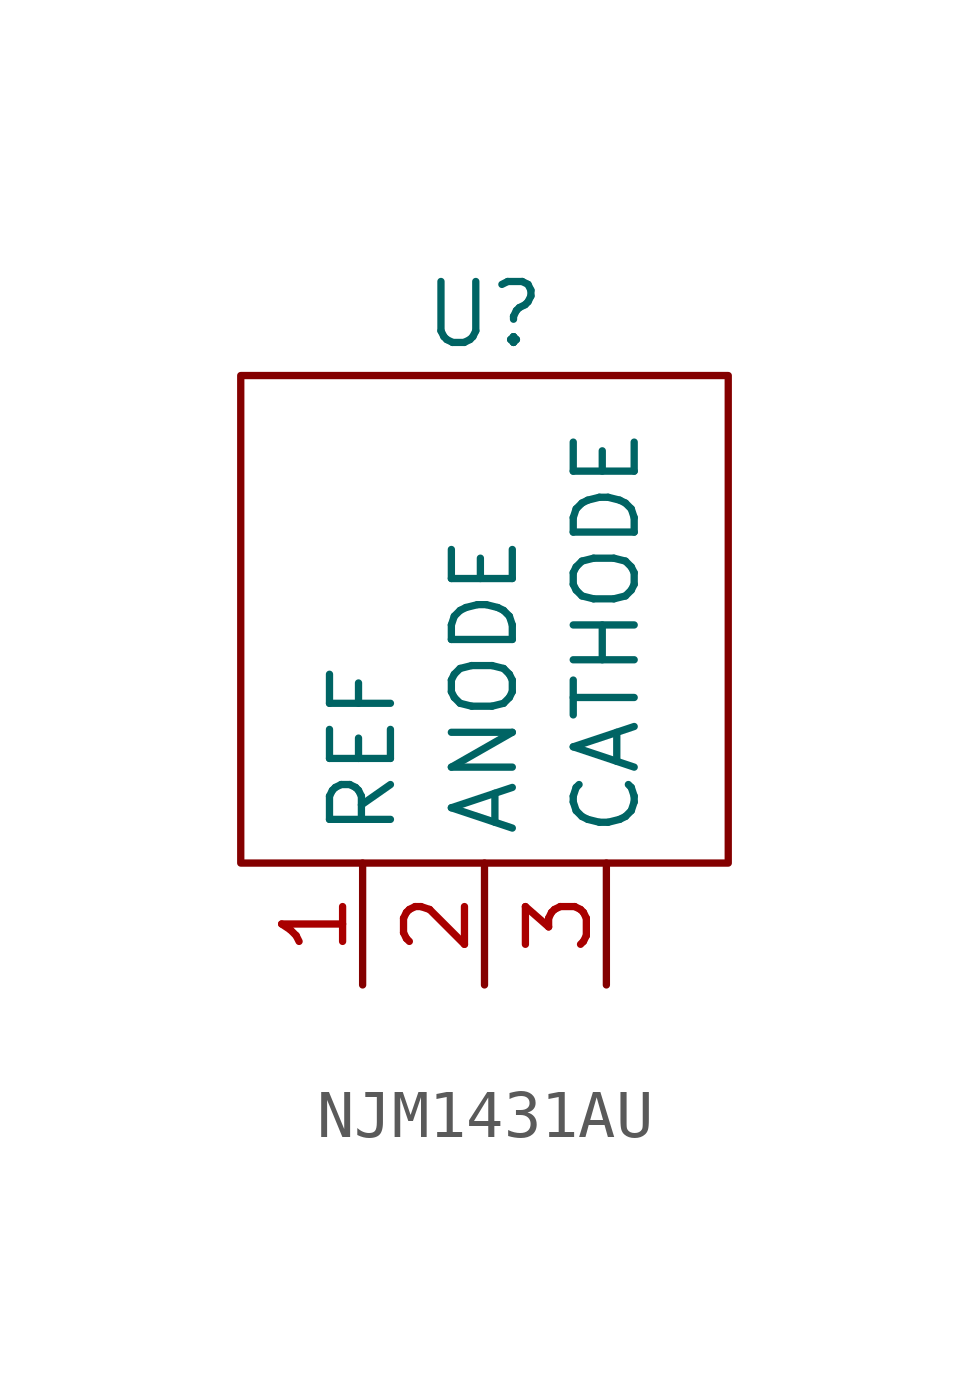
<source format=kicad_sym>
(kicad_symbol_lib
  (version 20241209)
  (generator "kicad_symbol_editor")
  (generator_version "9.0")
  (symbol "NJM1431AU"
    (property "Reference" "U"
      (at 0 8.89 0)
      (effects (font (size 1.27 1.27))))
    (property "Value" ""
      (at 0 0 0)
      (effects (font (size 1.27 1.27))))
    (symbol "NJM1431AU_0_1"
      (rectangle (start -5.08 7.62) (end 5.08 -2.54) (stroke (width 0) (type default)) (fill (type none))))
    (symbol "NJM1431AU_1_1"
      (pin input line (at -2.54 -5.08 90) (length 2.54) (name "REF" (effects (font (size 1.27 1.27)))) (number "1" (effects (font (size 1.27 1.27)))))
      (pin input line (at 0 -5.08 90) (length 2.54) (name "ANODE" (effects (font (size 1.27 1.27)))) (number "2" (effects (font (size 1.27 1.27)))))
      (pin input line (at 2.54 -5.08 90) (length 2.54) (name "CATHODE" (effects (font (size 1.27 1.27)))) (number "3" (effects (font (size 1.27 1.27))))))))
</source>
